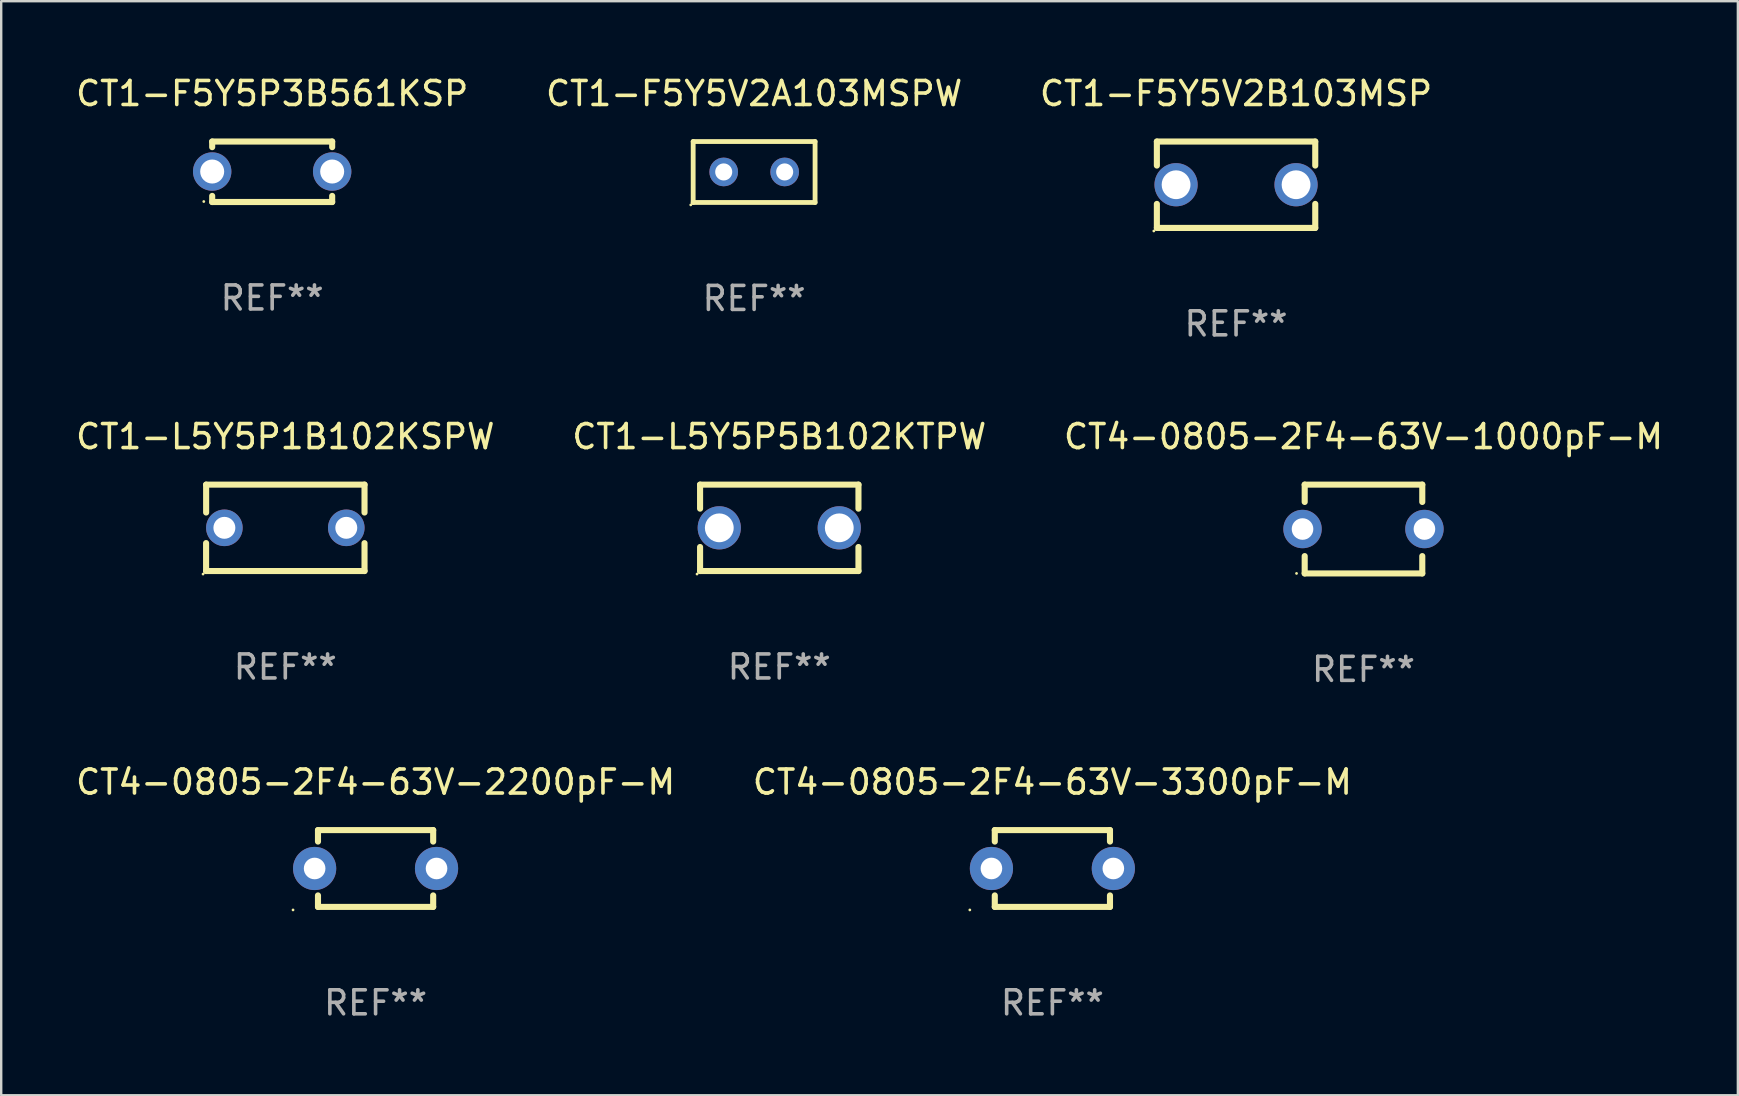
<source format=kicad_pcb>
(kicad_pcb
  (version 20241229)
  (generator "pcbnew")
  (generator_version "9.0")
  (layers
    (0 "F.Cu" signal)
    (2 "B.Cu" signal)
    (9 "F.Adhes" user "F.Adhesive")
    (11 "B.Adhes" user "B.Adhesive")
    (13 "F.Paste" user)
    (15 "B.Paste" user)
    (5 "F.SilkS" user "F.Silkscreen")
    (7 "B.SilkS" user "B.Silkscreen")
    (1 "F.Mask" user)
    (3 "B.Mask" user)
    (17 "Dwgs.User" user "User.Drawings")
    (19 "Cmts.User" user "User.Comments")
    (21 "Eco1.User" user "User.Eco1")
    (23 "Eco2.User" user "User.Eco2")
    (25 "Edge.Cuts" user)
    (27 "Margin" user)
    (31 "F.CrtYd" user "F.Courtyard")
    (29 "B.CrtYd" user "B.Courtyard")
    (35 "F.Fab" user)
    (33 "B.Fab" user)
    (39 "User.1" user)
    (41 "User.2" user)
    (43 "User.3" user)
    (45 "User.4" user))
  (footprint "CT1-L5Y5P1B102KSPW"
    (layer "F.Cu")
    (at 8.839 18.945)
    (property "Reference" "CT1-L5Y5P1B102KSPW" (at 0 -3.8 0) (layer "F.SilkS") (effects (font (size 1 1) (thickness 0.15))))
    (attr through_hole)
    (fp_line (start -3.301 1.8) (end -3.301 0.636) (stroke (width 0.254) (type solid)) (layer "F.SilkS"))
    (fp_line (start -3.299 -1.8) (end -3.299 -0.638) (stroke (width 0.254) (type solid)) (layer "F.SilkS"))
    (fp_line (start -3.299 -1.8) (end 3.301 -1.8) (stroke (width 0.254) (type solid)) (layer "F.SilkS"))
    (fp_line (start 3.301 -1.8) (end 3.301 -0.638) (stroke (width 0.254) (type solid)) (layer "F.SilkS"))
    (fp_line (start 3.301 0.638) (end 3.301 1.8) (stroke (width 0.254) (type solid)) (layer "F.SilkS"))
    (fp_line (start 3.301 1.8) (end -3.301 1.8) (stroke (width 0.254) (type solid)) (layer "F.SilkS"))
    (fp_circle (center -3.428 1.927) (end -3.398 1.927) (stroke (width 0.06) (type solid)) (fill no) (layer "F.SilkS"))
    (fp_text user "REF**" (at 0 5.8 0) (layer "F.Fab") (effects (font (size 1 1) (thickness 0.15))))
    (pad "1" thru_hole circle (at -2.539 0.000013) (size 1.524 1.524) (drill 0.914) (layers "*.Cu" "*.Mask"))
    (pad "2" thru_hole circle (at 2.541 0.000013) (size 1.524 1.524) (drill 0.914) (layers "*.Cu" "*.Mask")))
  (footprint "CT1-F5Y5V2A103MSPW"
    (layer "F.Cu")
    (at 28.375 4.118)
    (property "Reference" "CT1-F5Y5V2A103MSPW" (at 0 -3.27 0) (layer "F.SilkS") (effects (font (size 1 1) (thickness 0.15))))
    (attr through_hole)
    (fp_line (start -2.54 -1.27) (end -2.54 1.27) (stroke (width 0.201) (type solid)) (layer "F.SilkS"))
    (fp_line (start -2.54 1.27) (end 2.54 1.27) (stroke (width 0.201) (type solid)) (layer "F.SilkS"))
    (fp_line (start 2.54 -1.27) (end -2.54 -1.27) (stroke (width 0.201) (type solid)) (layer "F.SilkS"))
    (fp_line (start 2.54 1.27) (end 2.54 -1.27) (stroke (width 0.201) (type solid)) (layer "F.SilkS"))
    (fp_circle (center -2.64 1.37) (end -2.61 1.37) (stroke (width 0.06) (type solid)) (fill no) (layer "F.SilkS"))
    (fp_text user "REF**" (at 0 5.27 0) (layer "F.Fab") (effects (font (size 1 1) (thickness 0.15))))
    (pad "1" thru_hole circle (at -1.267 -0.003) (size 1.194 1.194) (drill 0.711) (layers "*.Cu" "*.Mask"))
    (pad "2" thru_hole circle (at 1.273 -0.003) (size 1.194 1.194) (drill 0.711) (layers "*.Cu" "*.Mask")))
  (footprint "CT4-0805-2F4-63V-3300pF-M"
    (layer "F.Cu")
    (at 40.804 33.141)
    (property "Reference" "CT4-0805-2F4-63V-3300pF-M" (at 0 -3.6 0) (layer "F.SilkS") (effects (font (size 1 1) (thickness 0.15))))
    (attr through_hole)
    (fp_line (start -2.4 -1.122) (end -2.4 -1.6) (stroke (width 0.254) (type solid)) (layer "F.SilkS"))
    (fp_line (start -2.4 1.6) (end -2.4 1.122) (stroke (width 0.254) (type solid)) (layer "F.SilkS"))
    (fp_line (start -2.4 -1.6) (end 2.4 -1.6) (stroke (width 0.254) (type solid)) (layer "F.SilkS"))
    (fp_line (start 2.4 1.6) (end -2.4 1.6) (stroke (width 0.254) (type solid)) (layer "F.SilkS"))
    (fp_line (start 2.4 -1.6) (end 2.4 -1.122) (stroke (width 0.254) (type solid)) (layer "F.SilkS"))
    (fp_line (start 2.4 1.122) (end 2.4 1.6) (stroke (width 0.254) (type solid)) (layer "F.SilkS"))
    (fp_circle (center -3.44 1.727) (end -3.41 1.727) (stroke (width 0.06) (type solid)) (fill no) (layer "F.SilkS"))
    (fp_text user "REF**" (at 0 5.6 0) (layer "F.Fab") (effects (font (size 1 1) (thickness 0.15))))
    (pad "1" thru_hole circle (at -2.54 0) (size 1.8 1.8) (drill 0.9) (layers "*.Cu" "*.Mask"))
    (pad "2" thru_hole circle (at 2.54 0) (size 1.8 1.8) (drill 0.9) (layers "*.Cu" "*.Mask")))
  (footprint "CT1-F5Y5P3B561KSP"
    (layer "F.Cu")
    (at 8.292 4.108)
    (property "Reference" "CT1-F5Y5P3B561KSP" (at 0 -3.26 0) (layer "F.SilkS") (effects (font (size 1 1) (thickness 0.15))))
    (attr through_hole)
    (fp_line (start -2.5 -1.26) (end -2.5 -1.026) (stroke (width 0.254) (type solid)) (layer "F.SilkS"))
    (fp_line (start -2.5 -1.26) (end 2.5 -1.26) (stroke (width 0.254) (type solid)) (layer "F.SilkS"))
    (fp_line (start -2.5 1.26) (end -2.5 1.006) (stroke (width 0.254) (type solid)) (layer "F.SilkS"))
    (fp_line (start 2.5 -1.26) (end 2.5 -1.026) (stroke (width 0.254) (type solid)) (layer "F.SilkS"))
    (fp_line (start 2.5 1.26) (end -2.5 1.26) (stroke (width 0.254) (type solid)) (layer "F.SilkS"))
    (fp_line (start 2.5 1.26) (end 2.5 1.006) (stroke (width 0.254) (type solid)) (layer "F.SilkS"))
    (fp_circle (center -2.85 1.24) (end -2.82 1.24) (stroke (width 0.06) (type solid)) (fill no) (layer "F.SilkS"))
    (fp_text user "REF**" (at 0 5.26 0) (layer "F.Fab") (effects (font (size 1 1) (thickness 0.15))))
    (pad "1" thru_hole circle (at -2.5 -0.01) (size 1.6 1.6) (drill 1) (layers "*.Cu" "*.Mask"))
    (pad "2" thru_hole circle (at 2.5 -0.01) (size 1.6 1.6) (drill 1) (layers "*.Cu" "*.Mask")))
  (footprint "CT4-0805-2F4-63V-2200pF-M"
    (layer "F.Cu")
    (at 12.601 33.141)
    (property "Reference" "CT4-0805-2F4-63V-2200pF-M" (at 0 -3.6 0) (layer "F.SilkS") (effects (font (size 1 1) (thickness 0.15))))
    (attr through_hole)
    (fp_line (start -2.4 -1.122) (end -2.4 -1.6) (stroke (width 0.254) (type solid)) (layer "F.SilkS"))
    (fp_line (start -2.4 1.6) (end -2.4 1.122) (stroke (width 0.254) (type solid)) (layer "F.SilkS"))
    (fp_line (start -2.4 -1.6) (end 2.4 -1.6) (stroke (width 0.254) (type solid)) (layer "F.SilkS"))
    (fp_line (start 2.4 1.6) (end -2.4 1.6) (stroke (width 0.254) (type solid)) (layer "F.SilkS"))
    (fp_line (start 2.4 -1.6) (end 2.4 -1.122) (stroke (width 0.254) (type solid)) (layer "F.SilkS"))
    (fp_line (start 2.4 1.122) (end 2.4 1.6) (stroke (width 0.254) (type solid)) (layer "F.SilkS"))
    (fp_circle (center -3.44 1.727) (end -3.41 1.727) (stroke (width 0.06) (type solid)) (fill no) (layer "F.SilkS"))
    (fp_text user "REF**" (at 0 5.6 0) (layer "F.Fab") (effects (font (size 1 1) (thickness 0.15))))
    (pad "1" thru_hole circle (at -2.54 0) (size 1.8 1.8) (drill 0.9) (layers "*.Cu" "*.Mask"))
    (pad "2" thru_hole circle (at 2.54 0) (size 1.8 1.8) (drill 0.9) (layers "*.Cu" "*.Mask")))
  (footprint "CT1-L5Y5P5B102KTPW"
    (layer "F.Cu")
    (at 29.423 18.945)
    (property "Reference" "CT1-L5Y5P5B102KTPW" (at 0 -3.8 0) (layer "F.SilkS") (effects (font (size 1 1) (thickness 0.15))))
    (attr through_hole)
    (fp_line (start -3.3 -1.8) (end -3.3 -0.799) (stroke (width 0.254) (type solid)) (layer "F.SilkS"))
    (fp_line (start -3.3 -1.8) (end 3.3 -1.8) (stroke (width 0.254) (type solid)) (layer "F.SilkS"))
    (fp_line (start -3.3 0.799) (end -3.3 1.8) (stroke (width 0.254) (type solid)) (layer "F.SilkS"))
    (fp_line (start 3.3 1.8) (end -3.3 1.8) (stroke (width 0.254) (type solid)) (layer "F.SilkS"))
    (fp_line (start 3.3 -1.8) (end 3.3 -0.799) (stroke (width 0.254) (type solid)) (layer "F.SilkS"))
    (fp_line (start 3.3 0.799) (end 3.3 1.8) (stroke (width 0.254) (type solid)) (layer "F.SilkS"))
    (fp_circle (center -3.427 1.927) (end -3.397 1.927) (stroke (width 0.06) (type solid)) (fill no) (layer "F.SilkS"))
    (fp_text user "REF**" (at 0 5.8 0) (layer "F.Fab") (effects (font (size 1 1) (thickness 0.15))))
    (pad "1" thru_hole circle (at -2.5 0) (size 1.8 1.8) (drill 1.2) (layers "*.Cu" "*.Mask"))
    (pad "2" thru_hole circle (at 2.5 0) (size 1.8 1.8) (drill 1.2) (layers "*.Cu" "*.Mask")))
  (footprint "CT1-F5Y5V2B103MSP"
    (layer "F.Cu")
    (at 48.458 4.648)
    (property "Reference" "CT1-F5Y5V2B103MSP" (at 0 -3.8 0) (layer "F.SilkS") (effects (font (size 1 1) (thickness 0.15))))
    (attr through_hole)
    (fp_line (start -3.3 -1.8) (end -3.3 -0.799) (stroke (width 0.254) (type solid)) (layer "F.SilkS"))
    (fp_line (start -3.3 -1.8) (end 3.3 -1.8) (stroke (width 0.254) (type solid)) (layer "F.SilkS"))
    (fp_line (start -3.3 0.799) (end -3.3 1.8) (stroke (width 0.254) (type solid)) (layer "F.SilkS"))
    (fp_line (start 3.3 1.8) (end -3.3 1.8) (stroke (width 0.254) (type solid)) (layer "F.SilkS"))
    (fp_line (start 3.3 -1.8) (end 3.3 -0.799) (stroke (width 0.254) (type solid)) (layer "F.SilkS"))
    (fp_line (start 3.3 0.799) (end 3.3 1.8) (stroke (width 0.254) (type solid)) (layer "F.SilkS"))
    (fp_circle (center -3.427 1.927) (end -3.397 1.927) (stroke (width 0.06) (type solid)) (fill no) (layer "F.SilkS"))
    (fp_text user "REF**" (at 0 5.8 0) (layer "F.Fab") (effects (font (size 1 1) (thickness 0.15))))
    (pad "1" thru_hole circle (at -2.5 0) (size 1.8 1.8) (drill 1.2) (layers "*.Cu" "*.Mask"))
    (pad "2" thru_hole circle (at 2.5 0) (size 1.8 1.8) (drill 1.2) (layers "*.Cu" "*.Mask")))
  (footprint "CT4-0805-2F4-63V-1000pF-M"
    (layer "F.Cu")
    (at 53.768 18.995)
    (property "Reference" "CT4-0805-2F4-63V-1000pF-M" (at 0 -3.85 0) (layer "F.SilkS") (effects (font (size 1 1) (thickness 0.15))))
    (attr through_hole)
    (fp_line (start -2.45 -1.85) (end 2.45 -1.85) (stroke (width 0.254) (type solid)) (layer "F.SilkS"))
    (fp_line (start -2.45 -1.128) (end -2.45 -1.85) (stroke (width 0.254) (type solid)) (layer "F.SilkS"))
    (fp_line (start -2.45 1.85) (end -2.45 1.128) (stroke (width 0.254) (type solid)) (layer "F.SilkS"))
    (fp_line (start 2.45 -1.85) (end 2.45 -1.128) (stroke (width 0.254) (type solid)) (layer "F.SilkS"))
    (fp_line (start 2.45 1.128) (end 2.45 1.85) (stroke (width 0.254) (type solid)) (layer "F.SilkS"))
    (fp_line (start 2.45 1.85) (end -2.45 1.85) (stroke (width 0.254) (type solid)) (layer "F.SilkS"))
    (fp_circle (center -2.79 1.85) (end -2.76 1.85) (stroke (width 0.06) (type solid)) (fill no) (layer "F.SilkS"))
    (fp_text user "REF**" (at 0 5.85 0) (layer "F.Fab") (effects (font (size 1 1) (thickness 0.15))))
    (pad "1" thru_hole circle (at -2.54 0) (size 1.6 1.6) (drill 0.9) (layers "*.Cu" "*.Mask"))
    (pad "2" thru_hole circle (at 2.54 0) (size 1.6 1.6) (drill 0.9) (layers "*.Cu" "*.Mask")))
  (gr_rect
    (start -3 -3)
    (end 69.369 42.59)
    (stroke (width 0.1) (type default))
    (fill no)
    (layer "Edge.Cuts")))
</source>
